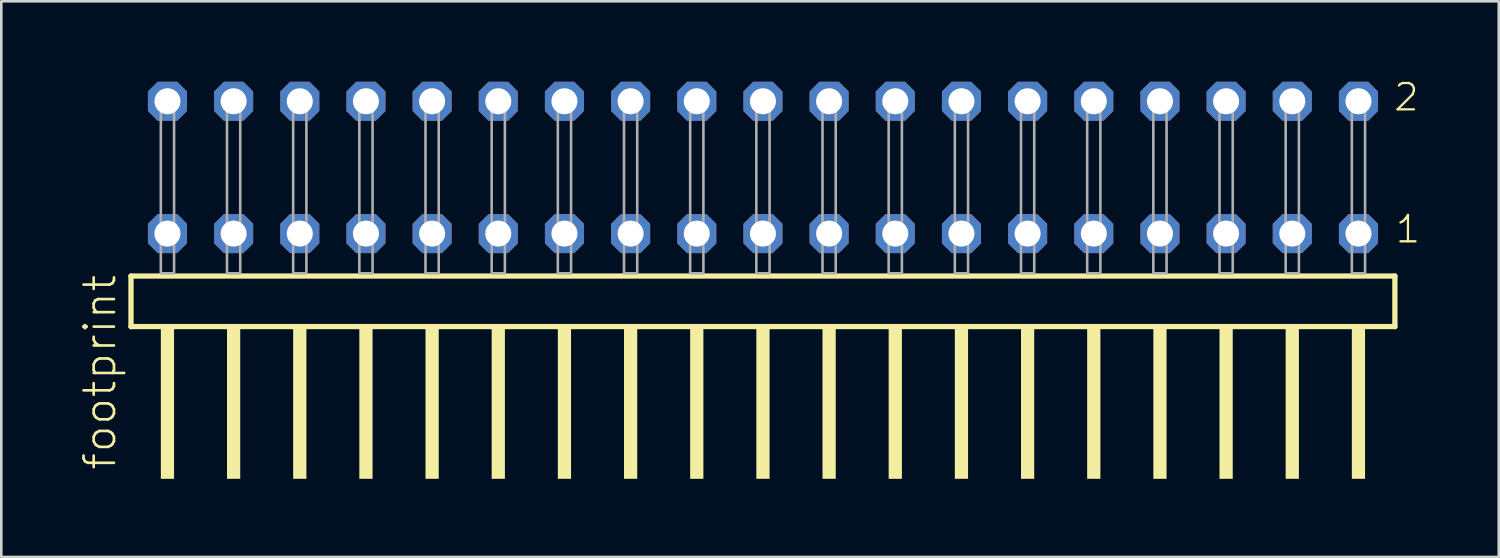
<source format=kicad_pcb>
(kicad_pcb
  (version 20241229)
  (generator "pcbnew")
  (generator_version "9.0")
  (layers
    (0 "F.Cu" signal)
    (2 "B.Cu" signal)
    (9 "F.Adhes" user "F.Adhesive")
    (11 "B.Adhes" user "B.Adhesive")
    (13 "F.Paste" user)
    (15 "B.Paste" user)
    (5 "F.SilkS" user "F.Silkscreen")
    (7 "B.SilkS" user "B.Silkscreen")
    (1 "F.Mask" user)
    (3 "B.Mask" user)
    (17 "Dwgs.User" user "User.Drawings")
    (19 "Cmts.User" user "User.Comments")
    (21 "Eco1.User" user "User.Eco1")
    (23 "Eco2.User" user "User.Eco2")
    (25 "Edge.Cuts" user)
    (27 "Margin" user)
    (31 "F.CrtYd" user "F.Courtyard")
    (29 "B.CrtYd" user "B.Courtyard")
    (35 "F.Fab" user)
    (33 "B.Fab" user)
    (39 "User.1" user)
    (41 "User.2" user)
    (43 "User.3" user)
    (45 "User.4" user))
  (footprint "footprint"
    (layer "F.Cu")
    (at 26.238 7.441)
    (property "Reference" "footprint" (at -24.765 7.62 90) (layer "F.SilkS") (effects (font (size 1.168 1.168) (thickness 0.102)) (justify left bottom)))
    (fp_line (start -24.259 0.106) (end -24.259 2.046) (stroke (width 0.203) (type solid)) (layer "F.SilkS"))
    (fp_line (start -24.259 2.046) (end 24.259 2.046) (stroke (width 0.203) (type solid)) (layer "F.SilkS"))
    (fp_line (start 24.259 0.106) (end -24.259 0.106) (stroke (width 0.203) (type solid)) (layer "F.SilkS"))
    (fp_line (start 24.259 2.046) (end 24.259 0.106) (stroke (width 0.203) (type solid)) (layer "F.SilkS"))
    (fp_poly (pts (xy -23.114 7.89) (xy -22.606 7.89) (xy -22.606 2.04) (xy -23.114 2.04)) (stroke (width 0) (type solid)) (fill yes) (layer "F.SilkS"))
    (fp_poly (pts (xy -20.574 7.89) (xy -20.066 7.89) (xy -20.066 2.04) (xy -20.574 2.04)) (stroke (width 0) (type solid)) (fill yes) (layer "F.SilkS"))
    (fp_poly (pts (xy -18.034 7.89) (xy -17.526 7.89) (xy -17.526 2.04) (xy -18.034 2.04)) (stroke (width 0) (type solid)) (fill yes) (layer "F.SilkS"))
    (fp_poly (pts (xy -15.494 7.89) (xy -14.986 7.89) (xy -14.986 2.04) (xy -15.494 2.04)) (stroke (width 0) (type solid)) (fill yes) (layer "F.SilkS"))
    (fp_poly (pts (xy -12.954 7.89) (xy -12.446 7.89) (xy -12.446 2.04) (xy -12.954 2.04)) (stroke (width 0) (type solid)) (fill yes) (layer "F.SilkS"))
    (fp_poly (pts (xy -10.414 7.89) (xy -9.906 7.89) (xy -9.906 2.04) (xy -10.414 2.04)) (stroke (width 0) (type solid)) (fill yes) (layer "F.SilkS"))
    (fp_poly (pts (xy -7.874 7.89) (xy -7.366 7.89) (xy -7.366 2.04) (xy -7.874 2.04)) (stroke (width 0) (type solid)) (fill yes) (layer "F.SilkS"))
    (fp_poly (pts (xy -5.334 7.89) (xy -4.826 7.89) (xy -4.826 2.04) (xy -5.334 2.04)) (stroke (width 0) (type solid)) (fill yes) (layer "F.SilkS"))
    (fp_poly (pts (xy -2.794 7.89) (xy -2.286 7.89) (xy -2.286 2.04) (xy -2.794 2.04)) (stroke (width 0) (type solid)) (fill yes) (layer "F.SilkS"))
    (fp_poly (pts (xy -0.254 7.89) (xy 0.254 7.89) (xy 0.254 2.04) (xy -0.254 2.04)) (stroke (width 0) (type solid)) (fill yes) (layer "F.SilkS"))
    (fp_poly (pts (xy 2.286 7.89) (xy 2.794 7.89) (xy 2.794 2.04) (xy 2.286 2.04)) (stroke (width 0) (type solid)) (fill yes) (layer "F.SilkS"))
    (fp_poly (pts (xy 4.826 7.89) (xy 5.334 7.89) (xy 5.334 2.04) (xy 4.826 2.04)) (stroke (width 0) (type solid)) (fill yes) (layer "F.SilkS"))
    (fp_poly (pts (xy 7.366 7.89) (xy 7.874 7.89) (xy 7.874 2.04) (xy 7.366 2.04)) (stroke (width 0) (type solid)) (fill yes) (layer "F.SilkS"))
    (fp_poly (pts (xy 9.906 7.89) (xy 10.414 7.89) (xy 10.414 2.04) (xy 9.906 2.04)) (stroke (width 0) (type solid)) (fill yes) (layer "F.SilkS"))
    (fp_poly (pts (xy 12.446 7.89) (xy 12.954 7.89) (xy 12.954 2.04) (xy 12.446 2.04)) (stroke (width 0) (type solid)) (fill yes) (layer "F.SilkS"))
    (fp_poly (pts (xy 14.986 7.89) (xy 15.494 7.89) (xy 15.494 2.04) (xy 14.986 2.04)) (stroke (width 0) (type solid)) (fill yes) (layer "F.SilkS"))
    (fp_poly (pts (xy 17.526 7.89) (xy 18.034 7.89) (xy 18.034 2.04) (xy 17.526 2.04)) (stroke (width 0) (type solid)) (fill yes) (layer "F.SilkS"))
    (fp_poly (pts (xy 20.066 7.89) (xy 20.574 7.89) (xy 20.574 2.04) (xy 20.066 2.04)) (stroke (width 0) (type solid)) (fill yes) (layer "F.SilkS"))
    (fp_poly (pts (xy 22.606 7.89) (xy 23.114 7.89) (xy 23.114 2.04) (xy 22.606 2.04)) (stroke (width 0) (type solid)) (fill yes) (layer "F.SilkS"))
    (fp_poly (pts (xy -23.114 0) (xy -22.606 0) (xy -22.606 -6.858) (xy -23.114 -6.858)) (stroke (width 0.1) (type solid)) (fill no) (layer "F.Fab"))
    (fp_poly (pts (xy -20.574 0) (xy -20.066 0) (xy -20.066 -6.858) (xy -20.574 -6.858)) (stroke (width 0.1) (type solid)) (fill no) (layer "F.Fab"))
    (fp_poly (pts (xy -18.034 0) (xy -17.526 0) (xy -17.526 -6.858) (xy -18.034 -6.858)) (stroke (width 0.1) (type solid)) (fill no) (layer "F.Fab"))
    (fp_poly (pts (xy -15.494 0) (xy -14.986 0) (xy -14.986 -6.858) (xy -15.494 -6.858)) (stroke (width 0.1) (type solid)) (fill no) (layer "F.Fab"))
    (fp_poly (pts (xy -12.954 0) (xy -12.446 0) (xy -12.446 -6.858) (xy -12.954 -6.858)) (stroke (width 0.1) (type solid)) (fill no) (layer "F.Fab"))
    (fp_poly (pts (xy -10.414 0) (xy -9.906 0) (xy -9.906 -6.858) (xy -10.414 -6.858)) (stroke (width 0.1) (type solid)) (fill no) (layer "F.Fab"))
    (fp_poly (pts (xy -7.874 0) (xy -7.366 0) (xy -7.366 -6.858) (xy -7.874 -6.858)) (stroke (width 0.1) (type solid)) (fill no) (layer "F.Fab"))
    (fp_poly (pts (xy -5.334 0) (xy -4.826 0) (xy -4.826 -6.858) (xy -5.334 -6.858)) (stroke (width 0.1) (type solid)) (fill no) (layer "F.Fab"))
    (fp_poly (pts (xy -2.794 0) (xy -2.286 0) (xy -2.286 -6.858) (xy -2.794 -6.858)) (stroke (width 0.1) (type solid)) (fill no) (layer "F.Fab"))
    (fp_poly (pts (xy -0.254 0) (xy 0.254 0) (xy 0.254 -6.858) (xy -0.254 -6.858)) (stroke (width 0.1) (type solid)) (fill no) (layer "F.Fab"))
    (fp_poly (pts (xy 2.286 0) (xy 2.794 0) (xy 2.794 -6.858) (xy 2.286 -6.858)) (stroke (width 0.1) (type solid)) (fill no) (layer "F.Fab"))
    (fp_poly (pts (xy 4.826 0) (xy 5.334 0) (xy 5.334 -6.858) (xy 4.826 -6.858)) (stroke (width 0.1) (type solid)) (fill no) (layer "F.Fab"))
    (fp_poly (pts (xy 7.366 0) (xy 7.874 0) (xy 7.874 -6.858) (xy 7.366 -6.858)) (stroke (width 0.1) (type solid)) (fill no) (layer "F.Fab"))
    (fp_poly (pts (xy 9.906 0) (xy 10.414 0) (xy 10.414 -6.858) (xy 9.906 -6.858)) (stroke (width 0.1) (type solid)) (fill no) (layer "F.Fab"))
    (fp_poly (pts (xy 12.446 0) (xy 12.954 0) (xy 12.954 -6.858) (xy 12.446 -6.858)) (stroke (width 0.1) (type solid)) (fill no) (layer "F.Fab"))
    (fp_poly (pts (xy 14.986 0) (xy 15.494 0) (xy 15.494 -6.858) (xy 14.986 -6.858)) (stroke (width 0.1) (type solid)) (fill no) (layer "F.Fab"))
    (fp_poly (pts (xy 17.526 0) (xy 18.034 0) (xy 18.034 -6.858) (xy 17.526 -6.858)) (stroke (width 0.1) (type solid)) (fill no) (layer "F.Fab"))
    (fp_poly (pts (xy 20.066 0) (xy 20.574 0) (xy 20.574 -6.858) (xy 20.066 -6.858)) (stroke (width 0.1) (type solid)) (fill no) (layer "F.Fab"))
    (fp_poly (pts (xy 22.606 0) (xy 23.114 0) (xy 23.114 -6.858) (xy 22.606 -6.858)) (stroke (width 0.1) (type solid)) (fill no) (layer "F.Fab"))
    (fp_text user "1" (at 24.22 -1.1 0) (layer "F.SilkS") (effects (font (size 1.012 1.012) (thickness 0.088)) (justify left bottom)))
    (fp_text user "2" (at 24.16 -6.165 0) (layer "F.SilkS") (effects (font (size 1.012 1.012) (thickness 0.088)) (justify left bottom)))
    (pad "1" thru_hole roundrect (at 22.86 -1.524 180) (size 1.5 1.5) (drill 1) (layers "*.Cu" "*.Mask") (roundrect_rratio 0.25) (chamfer_ratio 0.25) (chamfer top_left top_right bottom_left bottom_right))
    (pad "2" thru_hole roundrect (at 22.86 -6.604 180) (size 1.5 1.5) (drill 1) (layers "*.Cu" "*.Mask") (roundrect_rratio 0.25) (chamfer_ratio 0.25) (chamfer top_left top_right bottom_left bottom_right))
    (pad "3" thru_hole roundrect (at 20.32 -1.524 180) (size 1.5 1.5) (drill 1) (layers "*.Cu" "*.Mask") (roundrect_rratio 0.25) (chamfer_ratio 0.25) (chamfer top_left top_right bottom_left bottom_right))
    (pad "4" thru_hole roundrect (at 20.32 -6.604 180) (size 1.5 1.5) (drill 1) (layers "*.Cu" "*.Mask") (roundrect_rratio 0.25) (chamfer_ratio 0.25) (chamfer top_left top_right bottom_left bottom_right))
    (pad "5" thru_hole roundrect (at 17.78 -1.524 180) (size 1.5 1.5) (drill 1) (layers "*.Cu" "*.Mask") (roundrect_rratio 0.25) (chamfer_ratio 0.25) (chamfer top_left top_right bottom_left bottom_right))
    (pad "6" thru_hole roundrect (at 17.78 -6.604 180) (size 1.5 1.5) (drill 1) (layers "*.Cu" "*.Mask") (roundrect_rratio 0.25) (chamfer_ratio 0.25) (chamfer top_left top_right bottom_left bottom_right))
    (pad "7" thru_hole roundrect (at 15.24 -1.524 180) (size 1.5 1.5) (drill 1) (layers "*.Cu" "*.Mask") (roundrect_rratio 0.25) (chamfer_ratio 0.25) (chamfer top_left top_right bottom_left bottom_right))
    (pad "8" thru_hole roundrect (at 15.24 -6.604 180) (size 1.5 1.5) (drill 1) (layers "*.Cu" "*.Mask") (roundrect_rratio 0.25) (chamfer_ratio 0.25) (chamfer top_left top_right bottom_left bottom_right))
    (pad "9" thru_hole roundrect (at 12.7 -1.524 180) (size 1.5 1.5) (drill 1) (layers "*.Cu" "*.Mask") (roundrect_rratio 0.25) (chamfer_ratio 0.25) (chamfer top_left top_right bottom_left bottom_right))
    (pad "10" thru_hole roundrect (at 12.7 -6.604 180) (size 1.5 1.5) (drill 1) (layers "*.Cu" "*.Mask") (roundrect_rratio 0.25) (chamfer_ratio 0.25) (chamfer top_left top_right bottom_left bottom_right))
    (pad "11" thru_hole roundrect (at 10.16 -1.524 180) (size 1.5 1.5) (drill 1) (layers "*.Cu" "*.Mask") (roundrect_rratio 0.25) (chamfer_ratio 0.25) (chamfer top_left top_right bottom_left bottom_right))
    (pad "12" thru_hole roundrect (at 10.16 -6.604 180) (size 1.5 1.5) (drill 1) (layers "*.Cu" "*.Mask") (roundrect_rratio 0.25) (chamfer_ratio 0.25) (chamfer top_left top_right bottom_left bottom_right))
    (pad "13" thru_hole roundrect (at 7.62 -1.524 180) (size 1.5 1.5) (drill 1) (layers "*.Cu" "*.Mask") (roundrect_rratio 0.25) (chamfer_ratio 0.25) (chamfer top_left top_right bottom_left bottom_right))
    (pad "14" thru_hole roundrect (at 7.62 -6.604 180) (size 1.5 1.5) (drill 1) (layers "*.Cu" "*.Mask") (roundrect_rratio 0.25) (chamfer_ratio 0.25) (chamfer top_left top_right bottom_left bottom_right))
    (pad "15" thru_hole roundrect (at 5.08 -1.524 180) (size 1.5 1.5) (drill 1) (layers "*.Cu" "*.Mask") (roundrect_rratio 0.25) (chamfer_ratio 0.25) (chamfer top_left top_right bottom_left bottom_right))
    (pad "16" thru_hole roundrect (at 5.08 -6.604 180) (size 1.5 1.5) (drill 1) (layers "*.Cu" "*.Mask") (roundrect_rratio 0.25) (chamfer_ratio 0.25) (chamfer top_left top_right bottom_left bottom_right))
    (pad "17" thru_hole roundrect (at 2.54 -1.524 180) (size 1.5 1.5) (drill 1) (layers "*.Cu" "*.Mask") (roundrect_rratio 0.25) (chamfer_ratio 0.25) (chamfer top_left top_right bottom_left bottom_right))
    (pad "18" thru_hole roundrect (at 2.54 -6.604 180) (size 1.5 1.5) (drill 1) (layers "*.Cu" "*.Mask") (roundrect_rratio 0.25) (chamfer_ratio 0.25) (chamfer top_left top_right bottom_left bottom_right))
    (pad "19" thru_hole roundrect (at 0 -1.524 180) (size 1.5 1.5) (drill 1) (layers "*.Cu" "*.Mask") (roundrect_rratio 0.25) (chamfer_ratio 0.25) (chamfer top_left top_right bottom_left bottom_right))
    (pad "20" thru_hole roundrect (at 0 -6.604 180) (size 1.5 1.5) (drill 1) (layers "*.Cu" "*.Mask") (roundrect_rratio 0.25) (chamfer_ratio 0.25) (chamfer top_left top_right bottom_left bottom_right))
    (pad "21" thru_hole roundrect (at -2.54 -1.524 180) (size 1.5 1.5) (drill 1) (layers "*.Cu" "*.Mask") (roundrect_rratio 0.25) (chamfer_ratio 0.25) (chamfer top_left top_right bottom_left bottom_right))
    (pad "22" thru_hole roundrect (at -2.54 -6.604 180) (size 1.5 1.5) (drill 1) (layers "*.Cu" "*.Mask") (roundrect_rratio 0.25) (chamfer_ratio 0.25) (chamfer top_left top_right bottom_left bottom_right))
    (pad "23" thru_hole roundrect (at -5.08 -1.524 180) (size 1.5 1.5) (drill 1) (layers "*.Cu" "*.Mask") (roundrect_rratio 0.25) (chamfer_ratio 0.25) (chamfer top_left top_right bottom_left bottom_right))
    (pad "24" thru_hole roundrect (at -5.08 -6.604 180) (size 1.5 1.5) (drill 1) (layers "*.Cu" "*.Mask") (roundrect_rratio 0.25) (chamfer_ratio 0.25) (chamfer top_left top_right bottom_left bottom_right))
    (pad "25" thru_hole roundrect (at -7.62 -1.524 180) (size 1.5 1.5) (drill 1) (layers "*.Cu" "*.Mask") (roundrect_rratio 0.25) (chamfer_ratio 0.25) (chamfer top_left top_right bottom_left bottom_right))
    (pad "26" thru_hole roundrect (at -7.62 -6.604 180) (size 1.5 1.5) (drill 1) (layers "*.Cu" "*.Mask") (roundrect_rratio 0.25) (chamfer_ratio 0.25) (chamfer top_left top_right bottom_left bottom_right))
    (pad "27" thru_hole roundrect (at -10.16 -1.524 180) (size 1.5 1.5) (drill 1) (layers "*.Cu" "*.Mask") (roundrect_rratio 0.25) (chamfer_ratio 0.25) (chamfer top_left top_right bottom_left bottom_right))
    (pad "28" thru_hole roundrect (at -10.16 -6.604 180) (size 1.5 1.5) (drill 1) (layers "*.Cu" "*.Mask") (roundrect_rratio 0.25) (chamfer_ratio 0.25) (chamfer top_left top_right bottom_left bottom_right))
    (pad "29" thru_hole roundrect (at -12.7 -1.524 180) (size 1.5 1.5) (drill 1) (layers "*.Cu" "*.Mask") (roundrect_rratio 0.25) (chamfer_ratio 0.25) (chamfer top_left top_right bottom_left bottom_right))
    (pad "30" thru_hole roundrect (at -12.7 -6.604 180) (size 1.5 1.5) (drill 1) (layers "*.Cu" "*.Mask") (roundrect_rratio 0.25) (chamfer_ratio 0.25) (chamfer top_left top_right bottom_left bottom_right))
    (pad "31" thru_hole roundrect (at -15.24 -1.524 180) (size 1.5 1.5) (drill 1) (layers "*.Cu" "*.Mask") (roundrect_rratio 0.25) (chamfer_ratio 0.25) (chamfer top_left top_right bottom_left bottom_right))
    (pad "32" thru_hole roundrect (at -15.24 -6.604 180) (size 1.5 1.5) (drill 1) (layers "*.Cu" "*.Mask") (roundrect_rratio 0.25) (chamfer_ratio 0.25) (chamfer top_left top_right bottom_left bottom_right))
    (pad "33" thru_hole roundrect (at -17.78 -1.524 180) (size 1.5 1.5) (drill 1) (layers "*.Cu" "*.Mask") (roundrect_rratio 0.25) (chamfer_ratio 0.25) (chamfer top_left top_right bottom_left bottom_right))
    (pad "34" thru_hole roundrect (at -17.78 -6.604 180) (size 1.5 1.5) (drill 1) (layers "*.Cu" "*.Mask") (roundrect_rratio 0.25) (chamfer_ratio 0.25) (chamfer top_left top_right bottom_left bottom_right))
    (pad "35" thru_hole roundrect (at -20.32 -1.524 180) (size 1.5 1.5) (drill 1) (layers "*.Cu" "*.Mask") (roundrect_rratio 0.25) (chamfer_ratio 0.25) (chamfer top_left top_right bottom_left bottom_right))
    (pad "36" thru_hole roundrect (at -20.32 -6.604 180) (size 1.5 1.5) (drill 1) (layers "*.Cu" "*.Mask") (roundrect_rratio 0.25) (chamfer_ratio 0.25) (chamfer top_left top_right bottom_left bottom_right))
    (pad "37" thru_hole roundrect (at -22.86 -1.524 180) (size 1.5 1.5) (drill 1) (layers "*.Cu" "*.Mask") (roundrect_rratio 0.25) (chamfer_ratio 0.25) (chamfer top_left top_right bottom_left bottom_right))
    (pad "38" thru_hole roundrect (at -22.86 -6.604 180) (size 1.5 1.5) (drill 1) (layers "*.Cu" "*.Mask") (roundrect_rratio 0.25) (chamfer_ratio 0.25) (chamfer top_left top_right bottom_left bottom_right)))
  (gr_rect
    (start -3 -3)
    (end 54.484 18.331)
    (stroke (width 0.1) (type default))
    (fill no)
    (layer "Edge.Cuts")))
</source>
